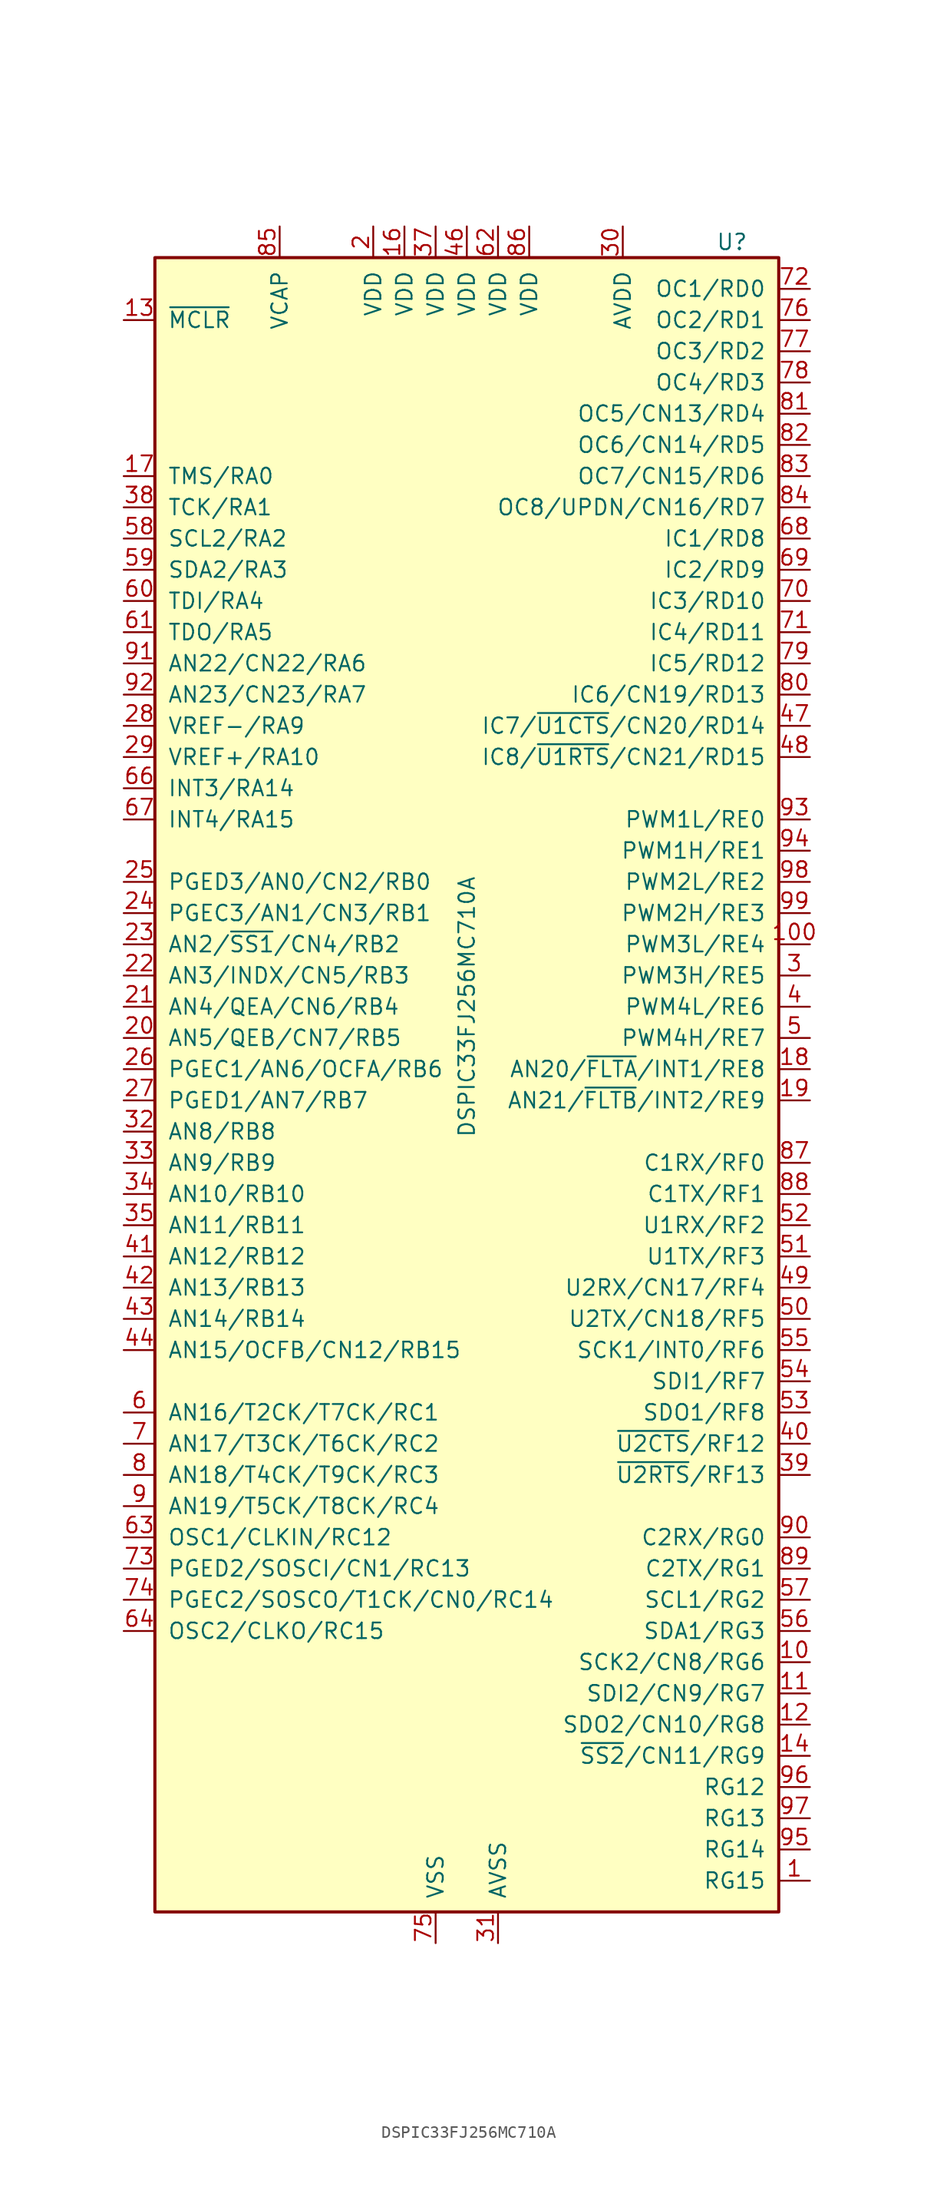
<source format=kicad_sym>
(kicad_symbol_lib
  (version 20211014)
  (generator kicad_symbol_editor)
  (symbol "DSPIC33FJ256MC710A"
    (pin_names
      (offset 1.016))
    (property "Reference" "U"
      (at 21.59 69.85 0)
      (effects (font (size 1.27 1.27))))
    (property "Value" "DSPIC33FJ256MC710A"
      (at 0 7.62 90)
      (effects (font (size 1.27 1.27))))
    (symbol "DSPIC33FJ256MC710A_0_1"
      (rectangle (start -25.4 68.58) (end 25.4 -66.04) (stroke (width 0.254) (type default) (color 0 0 0 0)) (fill (type background))))
    (symbol "DSPIC33FJ256MC710A_1_1"
      (pin bidirectional line (at 27.94 -63.5 180) (length 2.54) (name "RG15" (effects (font (size 1.27 1.27)))) (number "1" (effects (font (size 1.27 1.27)))))
      (pin bidirectional line (at 27.94 -45.72 180) (length 2.54) (name "SCK2/CN8/RG6" (effects (font (size 1.27 1.27)))) (number "10" (effects (font (size 1.27 1.27)))))
      (pin bidirectional line (at 27.94 12.7 180) (length 2.54) (name "PWM3L/RE4" (effects (font (size 1.27 1.27)))) (number "100" (effects (font (size 1.27 1.27)))))
      (pin bidirectional line (at 27.94 -48.26 180) (length 2.54) (name "SDI2/CN9/RG7" (effects (font (size 1.27 1.27)))) (number "11" (effects (font (size 1.27 1.27)))))
      (pin bidirectional line (at 27.94 -50.8 180) (length 2.54) (name "SDO2/CN10/RG8" (effects (font (size 1.27 1.27)))) (number "12" (effects (font (size 1.27 1.27)))))
      (pin input line (at -27.94 63.5 0) (length 2.54) (name "~{MCLR}" (effects (font (size 1.27 1.27)))) (number "13" (effects (font (size 1.27 1.27)))))
      (pin bidirectional line (at 27.94 -53.34 180) (length 2.54) (name "~{SS2}/CN11/RG9" (effects (font (size 1.27 1.27)))) (number "14" (effects (font (size 1.27 1.27)))))
      (pin passive line (at -2.54 -68.58 90) (length 2.54) hide (name "VSS" (effects (font (size 1.27 1.27)))) (number "15" (effects (font (size 1.27 1.27)))))
      (pin power_in line (at -5.08 71.12 270) (length 2.54) (name "VDD" (effects (font (size 1.27 1.27)))) (number "16" (effects (font (size 1.27 1.27)))))
      (pin bidirectional line (at -27.94 50.8 0) (length 2.54) (name "TMS/RA0" (effects (font (size 1.27 1.27)))) (number "17" (effects (font (size 1.27 1.27)))))
      (pin bidirectional line (at 27.94 2.54 180) (length 2.54) (name "AN20/~{FLTA}/INT1/RE8" (effects (font (size 1.27 1.27)))) (number "18" (effects (font (size 1.27 1.27)))))
      (pin bidirectional line (at 27.94 0 180) (length 2.54) (name "AN21/~{FLTB}/INT2/RE9" (effects (font (size 1.27 1.27)))) (number "19" (effects (font (size 1.27 1.27)))))
      (pin power_in line (at -7.62 71.12 270) (length 2.54) (name "VDD" (effects (font (size 1.27 1.27)))) (number "2" (effects (font (size 1.27 1.27)))))
      (pin bidirectional line (at -27.94 5.08 0) (length 2.54) (name "AN5/QEB/CN7/RB5" (effects (font (size 1.27 1.27)))) (number "20" (effects (font (size 1.27 1.27)))))
      (pin bidirectional line (at -27.94 7.62 0) (length 2.54) (name "AN4/QEA/CN6/RB4" (effects (font (size 1.27 1.27)))) (number "21" (effects (font (size 1.27 1.27)))))
      (pin bidirectional line (at -27.94 10.16 0) (length 2.54) (name "AN3/INDX/CN5/RB3" (effects (font (size 1.27 1.27)))) (number "22" (effects (font (size 1.27 1.27)))))
      (pin bidirectional line (at -27.94 12.7 0) (length 2.54) (name "AN2/~{SS1}/CN4/RB2" (effects (font (size 1.27 1.27)))) (number "23" (effects (font (size 1.27 1.27)))))
      (pin bidirectional line (at -27.94 15.24 0) (length 2.54) (name "PGEC3/AN1/CN3/RB1" (effects (font (size 1.27 1.27)))) (number "24" (effects (font (size 1.27 1.27)))))
      (pin bidirectional line (at -27.94 17.78 0) (length 2.54) (name "PGED3/AN0/CN2/RB0" (effects (font (size 1.27 1.27)))) (number "25" (effects (font (size 1.27 1.27)))))
      (pin bidirectional line (at -27.94 2.54 0) (length 2.54) (name "PGEC1/AN6/OCFA/RB6" (effects (font (size 1.27 1.27)))) (number "26" (effects (font (size 1.27 1.27)))))
      (pin bidirectional line (at -27.94 0 0) (length 2.54) (name "PGED1/AN7/RB7" (effects (font (size 1.27 1.27)))) (number "27" (effects (font (size 1.27 1.27)))))
      (pin bidirectional line (at -27.94 30.48 0) (length 2.54) (name "VREF-/RA9" (effects (font (size 1.27 1.27)))) (number "28" (effects (font (size 1.27 1.27)))))
      (pin bidirectional line (at -27.94 27.94 0) (length 2.54) (name "VREF+/RA10" (effects (font (size 1.27 1.27)))) (number "29" (effects (font (size 1.27 1.27)))))
      (pin bidirectional line (at 27.94 10.16 180) (length 2.54) (name "PWM3H/RE5" (effects (font (size 1.27 1.27)))) (number "3" (effects (font (size 1.27 1.27)))))
      (pin power_in line (at 12.7 71.12 270) (length 2.54) (name "AVDD" (effects (font (size 1.27 1.27)))) (number "30" (effects (font (size 1.27 1.27)))))
      (pin power_in line (at 2.54 -68.58 90) (length 2.54) (name "AVSS" (effects (font (size 1.27 1.27)))) (number "31" (effects (font (size 1.27 1.27)))))
      (pin bidirectional line (at -27.94 -2.54 0) (length 2.54) (name "AN8/RB8" (effects (font (size 1.27 1.27)))) (number "32" (effects (font (size 1.27 1.27)))))
      (pin bidirectional line (at -27.94 -5.08 0) (length 2.54) (name "AN9/RB9" (effects (font (size 1.27 1.27)))) (number "33" (effects (font (size 1.27 1.27)))))
      (pin bidirectional line (at -27.94 -7.62 0) (length 2.54) (name "AN10/RB10" (effects (font (size 1.27 1.27)))) (number "34" (effects (font (size 1.27 1.27)))))
      (pin bidirectional line (at -27.94 -10.16 0) (length 2.54) (name "AN11/RB11" (effects (font (size 1.27 1.27)))) (number "35" (effects (font (size 1.27 1.27)))))
      (pin passive line (at -2.54 -68.58 90) (length 2.54) hide (name "VSS" (effects (font (size 1.27 1.27)))) (number "36" (effects (font (size 1.27 1.27)))))
      (pin power_in line (at -2.54 71.12 270) (length 2.54) (name "VDD" (effects (font (size 1.27 1.27)))) (number "37" (effects (font (size 1.27 1.27)))))
      (pin bidirectional line (at -27.94 48.26 0) (length 2.54) (name "TCK/RA1" (effects (font (size 1.27 1.27)))) (number "38" (effects (font (size 1.27 1.27)))))
      (pin bidirectional line (at 27.94 -30.48 180) (length 2.54) (name "~{U2RTS}/RF13" (effects (font (size 1.27 1.27)))) (number "39" (effects (font (size 1.27 1.27)))))
      (pin bidirectional line (at 27.94 7.62 180) (length 2.54) (name "PWM4L/RE6" (effects (font (size 1.27 1.27)))) (number "4" (effects (font (size 1.27 1.27)))))
      (pin bidirectional line (at 27.94 -27.94 180) (length 2.54) (name "~{U2CTS}/RF12" (effects (font (size 1.27 1.27)))) (number "40" (effects (font (size 1.27 1.27)))))
      (pin bidirectional line (at -27.94 -12.7 0) (length 2.54) (name "AN12/RB12" (effects (font (size 1.27 1.27)))) (number "41" (effects (font (size 1.27 1.27)))))
      (pin bidirectional line (at -27.94 -15.24 0) (length 2.54) (name "AN13/RB13" (effects (font (size 1.27 1.27)))) (number "42" (effects (font (size 1.27 1.27)))))
      (pin bidirectional line (at -27.94 -17.78 0) (length 2.54) (name "AN14/RB14" (effects (font (size 1.27 1.27)))) (number "43" (effects (font (size 1.27 1.27)))))
      (pin bidirectional line (at -27.94 -20.32 0) (length 2.54) (name "AN15/OCFB/CN12/RB15" (effects (font (size 1.27 1.27)))) (number "44" (effects (font (size 1.27 1.27)))))
      (pin passive line (at -2.54 -68.58 90) (length 2.54) hide (name "VSS" (effects (font (size 1.27 1.27)))) (number "45" (effects (font (size 1.27 1.27)))))
      (pin power_in line (at 0 71.12 270) (length 2.54) (name "VDD" (effects (font (size 1.27 1.27)))) (number "46" (effects (font (size 1.27 1.27)))))
      (pin bidirectional line (at 27.94 30.48 180) (length 2.54) (name "IC7/~{U1CTS}/CN20/RD14" (effects (font (size 1.27 1.27)))) (number "47" (effects (font (size 1.27 1.27)))))
      (pin bidirectional line (at 27.94 27.94 180) (length 2.54) (name "IC8/~{U1RTS}/CN21/RD15" (effects (font (size 1.27 1.27)))) (number "48" (effects (font (size 1.27 1.27)))))
      (pin bidirectional line (at 27.94 -15.24 180) (length 2.54) (name "U2RX/CN17/RF4" (effects (font (size 1.27 1.27)))) (number "49" (effects (font (size 1.27 1.27)))))
      (pin bidirectional line (at 27.94 5.08 180) (length 2.54) (name "PWM4H/RE7" (effects (font (size 1.27 1.27)))) (number "5" (effects (font (size 1.27 1.27)))))
      (pin bidirectional line (at 27.94 -17.78 180) (length 2.54) (name "U2TX/CN18/RF5" (effects (font (size 1.27 1.27)))) (number "50" (effects (font (size 1.27 1.27)))))
      (pin bidirectional line (at 27.94 -12.7 180) (length 2.54) (name "U1TX/RF3" (effects (font (size 1.27 1.27)))) (number "51" (effects (font (size 1.27 1.27)))))
      (pin bidirectional line (at 27.94 -10.16 180) (length 2.54) (name "U1RX/RF2" (effects (font (size 1.27 1.27)))) (number "52" (effects (font (size 1.27 1.27)))))
      (pin bidirectional line (at 27.94 -25.4 180) (length 2.54) (name "SDO1/RF8" (effects (font (size 1.27 1.27)))) (number "53" (effects (font (size 1.27 1.27)))))
      (pin bidirectional line (at 27.94 -22.86 180) (length 2.54) (name "SDI1/RF7" (effects (font (size 1.27 1.27)))) (number "54" (effects (font (size 1.27 1.27)))))
      (pin bidirectional line (at 27.94 -20.32 180) (length 2.54) (name "SCK1/INT0/RF6" (effects (font (size 1.27 1.27)))) (number "55" (effects (font (size 1.27 1.27)))))
      (pin bidirectional line (at 27.94 -43.18 180) (length 2.54) (name "SDA1/RG3" (effects (font (size 1.27 1.27)))) (number "56" (effects (font (size 1.27 1.27)))))
      (pin bidirectional line (at 27.94 -40.64 180) (length 2.54) (name "SCL1/RG2" (effects (font (size 1.27 1.27)))) (number "57" (effects (font (size 1.27 1.27)))))
      (pin bidirectional line (at -27.94 45.72 0) (length 2.54) (name "SCL2/RA2" (effects (font (size 1.27 1.27)))) (number "58" (effects (font (size 1.27 1.27)))))
      (pin bidirectional line (at -27.94 43.18 0) (length 2.54) (name "SDA2/RA3" (effects (font (size 1.27 1.27)))) (number "59" (effects (font (size 1.27 1.27)))))
      (pin bidirectional line (at -27.94 -25.4 0) (length 2.54) (name "AN16/T2CK/T7CK/RC1" (effects (font (size 1.27 1.27)))) (number "6" (effects (font (size 1.27 1.27)))))
      (pin bidirectional line (at -27.94 40.64 0) (length 2.54) (name "TDI/RA4" (effects (font (size 1.27 1.27)))) (number "60" (effects (font (size 1.27 1.27)))))
      (pin bidirectional line (at -27.94 38.1 0) (length 2.54) (name "TDO/RA5" (effects (font (size 1.27 1.27)))) (number "61" (effects (font (size 1.27 1.27)))))
      (pin power_in line (at 2.54 71.12 270) (length 2.54) (name "VDD" (effects (font (size 1.27 1.27)))) (number "62" (effects (font (size 1.27 1.27)))))
      (pin bidirectional line (at -27.94 -35.56 0) (length 2.54) (name "OSC1/CLKIN/RC12" (effects (font (size 1.27 1.27)))) (number "63" (effects (font (size 1.27 1.27)))))
      (pin bidirectional line (at -27.94 -43.18 0) (length 2.54) (name "OSC2/CLKO/RC15" (effects (font (size 1.27 1.27)))) (number "64" (effects (font (size 1.27 1.27)))))
      (pin passive line (at -2.54 -68.58 90) (length 2.54) hide (name "VSS" (effects (font (size 1.27 1.27)))) (number "65" (effects (font (size 1.27 1.27)))))
      (pin bidirectional line (at -27.94 25.4 0) (length 2.54) (name "INT3/RA14" (effects (font (size 1.27 1.27)))) (number "66" (effects (font (size 1.27 1.27)))))
      (pin bidirectional line (at -27.94 22.86 0) (length 2.54) (name "INT4/RA15" (effects (font (size 1.27 1.27)))) (number "67" (effects (font (size 1.27 1.27)))))
      (pin bidirectional line (at 27.94 45.72 180) (length 2.54) (name "IC1/RD8" (effects (font (size 1.27 1.27)))) (number "68" (effects (font (size 1.27 1.27)))))
      (pin bidirectional line (at 27.94 43.18 180) (length 2.54) (name "IC2/RD9" (effects (font (size 1.27 1.27)))) (number "69" (effects (font (size 1.27 1.27)))))
      (pin bidirectional line (at -27.94 -27.94 0) (length 2.54) (name "AN17/T3CK/T6CK/RC2" (effects (font (size 1.27 1.27)))) (number "7" (effects (font (size 1.27 1.27)))))
      (pin bidirectional line (at 27.94 40.64 180) (length 2.54) (name "IC3/RD10" (effects (font (size 1.27 1.27)))) (number "70" (effects (font (size 1.27 1.27)))))
      (pin bidirectional line (at 27.94 38.1 180) (length 2.54) (name "IC4/RD11" (effects (font (size 1.27 1.27)))) (number "71" (effects (font (size 1.27 1.27)))))
      (pin bidirectional line (at 27.94 66.04 180) (length 2.54) (name "OC1/RD0" (effects (font (size 1.27 1.27)))) (number "72" (effects (font (size 1.27 1.27)))))
      (pin bidirectional line (at -27.94 -38.1 0) (length 2.54) (name "PGED2/SOSCI/CN1/RC13" (effects (font (size 1.27 1.27)))) (number "73" (effects (font (size 1.27 1.27)))))
      (pin bidirectional line (at -27.94 -40.64 0) (length 2.54) (name "PGEC2/SOSCO/T1CK/CN0/RC14" (effects (font (size 1.27 1.27)))) (number "74" (effects (font (size 1.27 1.27)))))
      (pin power_in line (at -2.54 -68.58 90) (length 2.54) (name "VSS" (effects (font (size 1.27 1.27)))) (number "75" (effects (font (size 1.27 1.27)))))
      (pin bidirectional line (at 27.94 63.5 180) (length 2.54) (name "OC2/RD1" (effects (font (size 1.27 1.27)))) (number "76" (effects (font (size 1.27 1.27)))))
      (pin bidirectional line (at 27.94 60.96 180) (length 2.54) (name "OC3/RD2" (effects (font (size 1.27 1.27)))) (number "77" (effects (font (size 1.27 1.27)))))
      (pin bidirectional line (at 27.94 58.42 180) (length 2.54) (name "OC4/RD3" (effects (font (size 1.27 1.27)))) (number "78" (effects (font (size 1.27 1.27)))))
      (pin bidirectional line (at 27.94 35.56 180) (length 2.54) (name "IC5/RD12" (effects (font (size 1.27 1.27)))) (number "79" (effects (font (size 1.27 1.27)))))
      (pin bidirectional line (at -27.94 -30.48 0) (length 2.54) (name "AN18/T4CK/T9CK/RC3" (effects (font (size 1.27 1.27)))) (number "8" (effects (font (size 1.27 1.27)))))
      (pin bidirectional line (at 27.94 33.02 180) (length 2.54) (name "IC6/CN19/RD13" (effects (font (size 1.27 1.27)))) (number "80" (effects (font (size 1.27 1.27)))))
      (pin bidirectional line (at 27.94 55.88 180) (length 2.54) (name "OC5/CN13/RD4" (effects (font (size 1.27 1.27)))) (number "81" (effects (font (size 1.27 1.27)))))
      (pin bidirectional line (at 27.94 53.34 180) (length 2.54) (name "OC6/CN14/RD5" (effects (font (size 1.27 1.27)))) (number "82" (effects (font (size 1.27 1.27)))))
      (pin bidirectional line (at 27.94 50.8 180) (length 2.54) (name "OC7/CN15/RD6" (effects (font (size 1.27 1.27)))) (number "83" (effects (font (size 1.27 1.27)))))
      (pin bidirectional line (at 27.94 48.26 180) (length 2.54) (name "OC8/UPDN/CN16/RD7" (effects (font (size 1.27 1.27)))) (number "84" (effects (font (size 1.27 1.27)))))
      (pin passive line (at -15.24 71.12 270) (length 2.54) (name "VCAP" (effects (font (size 1.27 1.27)))) (number "85" (effects (font (size 1.27 1.27)))))
      (pin power_in line (at 5.08 71.12 270) (length 2.54) (name "VDD" (effects (font (size 1.27 1.27)))) (number "86" (effects (font (size 1.27 1.27)))))
      (pin bidirectional line (at 27.94 -5.08 180) (length 2.54) (name "C1RX/RF0" (effects (font (size 1.27 1.27)))) (number "87" (effects (font (size 1.27 1.27)))))
      (pin bidirectional line (at 27.94 -7.62 180) (length 2.54) (name "C1TX/RF1" (effects (font (size 1.27 1.27)))) (number "88" (effects (font (size 1.27 1.27)))))
      (pin bidirectional line (at 27.94 -38.1 180) (length 2.54) (name "C2TX/RG1" (effects (font (size 1.27 1.27)))) (number "89" (effects (font (size 1.27 1.27)))))
      (pin bidirectional line (at -27.94 -33.02 0) (length 2.54) (name "AN19/T5CK/T8CK/RC4" (effects (font (size 1.27 1.27)))) (number "9" (effects (font (size 1.27 1.27)))))
      (pin bidirectional line (at 27.94 -35.56 180) (length 2.54) (name "C2RX/RG0" (effects (font (size 1.27 1.27)))) (number "90" (effects (font (size 1.27 1.27)))))
      (pin bidirectional line (at -27.94 35.56 0) (length 2.54) (name "AN22/CN22/RA6" (effects (font (size 1.27 1.27)))) (number "91" (effects (font (size 1.27 1.27)))))
      (pin bidirectional line (at -27.94 33.02 0) (length 2.54) (name "AN23/CN23/RA7" (effects (font (size 1.27 1.27)))) (number "92" (effects (font (size 1.27 1.27)))))
      (pin bidirectional line (at 27.94 22.86 180) (length 2.54) (name "PWM1L/RE0" (effects (font (size 1.27 1.27)))) (number "93" (effects (font (size 1.27 1.27)))))
      (pin bidirectional line (at 27.94 20.32 180) (length 2.54) (name "PWM1H/RE1" (effects (font (size 1.27 1.27)))) (number "94" (effects (font (size 1.27 1.27)))))
      (pin bidirectional line (at 27.94 -60.96 180) (length 2.54) (name "RG14" (effects (font (size 1.27 1.27)))) (number "95" (effects (font (size 1.27 1.27)))))
      (pin bidirectional line (at 27.94 -55.88 180) (length 2.54) (name "RG12" (effects (font (size 1.27 1.27)))) (number "96" (effects (font (size 1.27 1.27)))))
      (pin bidirectional line (at 27.94 -58.42 180) (length 2.54) (name "RG13" (effects (font (size 1.27 1.27)))) (number "97" (effects (font (size 1.27 1.27)))))
      (pin bidirectional line (at 27.94 17.78 180) (length 2.54) (name "PWM2L/RE2" (effects (font (size 1.27 1.27)))) (number "98" (effects (font (size 1.27 1.27)))))
      (pin bidirectional line (at 27.94 15.24 180) (length 2.54) (name "PWM2H/RE3" (effects (font (size 1.27 1.27)))) (number "99" (effects (font (size 1.27 1.27))))))))
</source>
